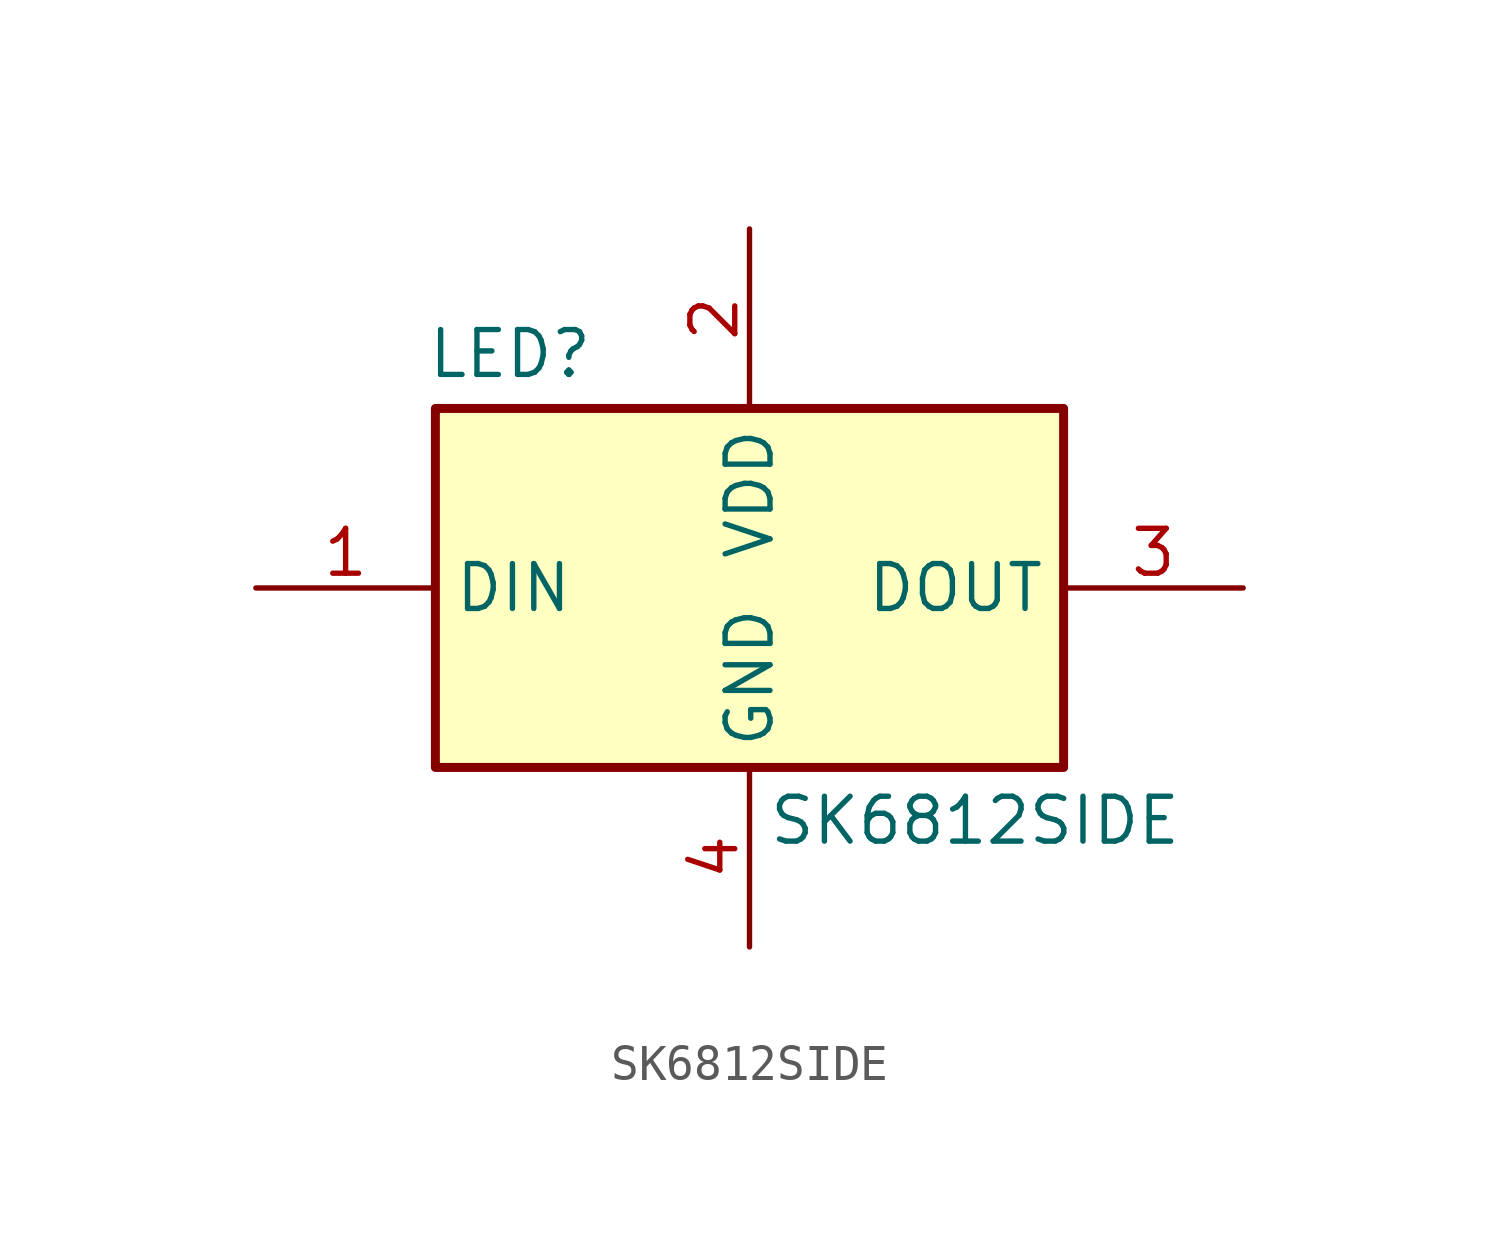
<source format=kicad_sym>
(kicad_symbol_lib
  (version 20231120)
  (generator "kicad_symbol_editor")
  (generator_version "8.0")
  (symbol "SK6812SIDE"
    (property "Reference" "LED"
      (at -9.144 7.366 0)
      (effects (font (size 1.27 1.27)) (justify left top)))
    (property "Value" "SK6812SIDE"
      (at 0.508 -5.842 0)
      (effects (font (size 1.27 1.27)) (justify left top)))
    (symbol "SK6812SIDE_1_1"
      (rectangle (start -8.89 5.08) (end 8.89 -5.08) (stroke (width 0.254) (type default)) (fill (type background)))
      (pin passive line (at -13.97 0 0) (length 5.08) (name "DIN" (effects (font (size 1.27 1.27)))) (number "1" (effects (font (size 1.27 1.27)))))
      (pin passive line (at 0 10.16 270) (length 5.08) (name "VDD" (effects (font (size 1.27 1.27)))) (number "2" (effects (font (size 1.27 1.27)))))
      (pin passive line (at 13.97 0 180) (length 5.08) (name "DOUT" (effects (font (size 1.27 1.27)))) (number "3" (effects (font (size 1.27 1.27)))))
      (pin passive line (at 0 -10.16 90) (length 5.08) (name "GND" (effects (font (size 1.27 1.27)))) (number "4" (effects (font (size 1.27 1.27))))))))
</source>
